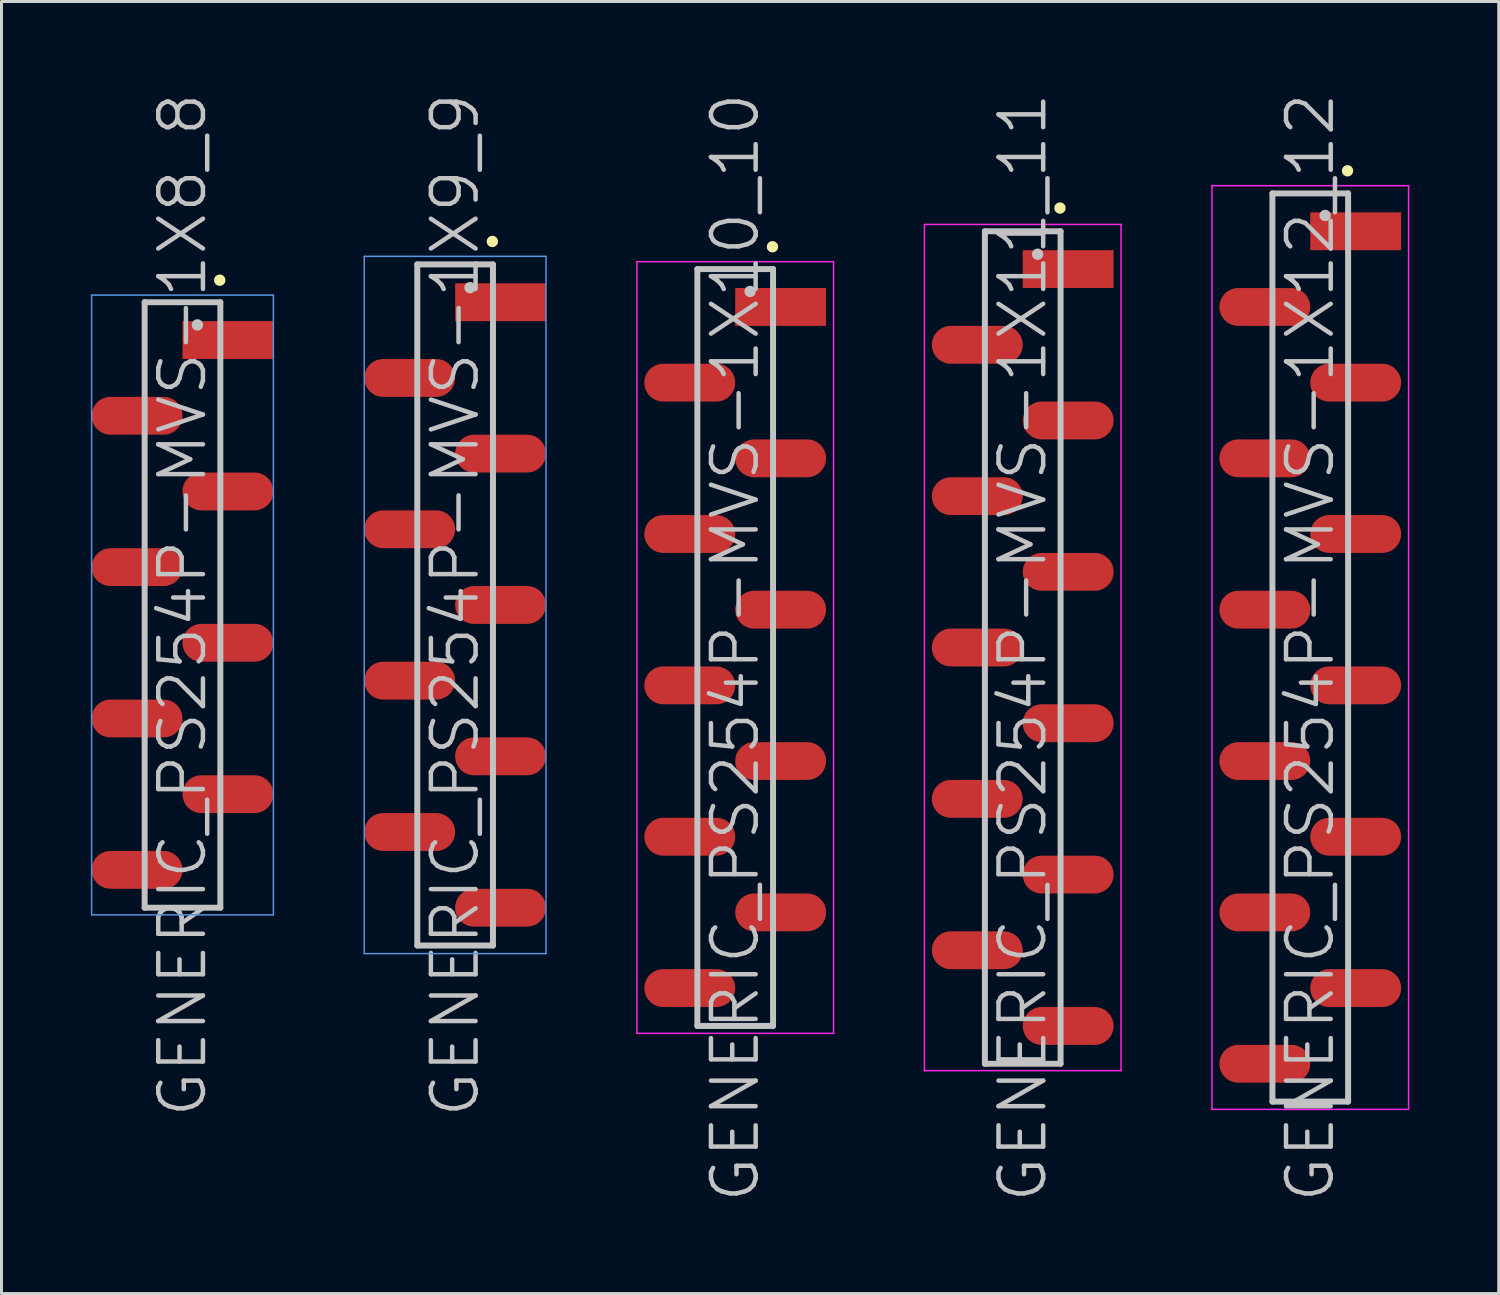
<source format=kicad_pcb>
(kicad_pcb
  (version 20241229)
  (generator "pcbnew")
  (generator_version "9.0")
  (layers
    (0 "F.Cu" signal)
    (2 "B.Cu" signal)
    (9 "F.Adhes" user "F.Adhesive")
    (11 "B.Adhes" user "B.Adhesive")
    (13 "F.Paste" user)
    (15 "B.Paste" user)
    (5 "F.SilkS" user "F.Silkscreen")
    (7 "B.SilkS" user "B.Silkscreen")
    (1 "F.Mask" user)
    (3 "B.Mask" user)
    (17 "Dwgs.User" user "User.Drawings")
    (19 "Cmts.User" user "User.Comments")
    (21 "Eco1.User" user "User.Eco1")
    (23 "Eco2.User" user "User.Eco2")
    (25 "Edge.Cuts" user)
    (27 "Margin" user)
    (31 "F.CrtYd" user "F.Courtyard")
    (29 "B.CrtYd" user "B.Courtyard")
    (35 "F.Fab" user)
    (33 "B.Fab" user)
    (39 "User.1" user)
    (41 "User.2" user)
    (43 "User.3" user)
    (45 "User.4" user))
  (footprint "GENERIC_PS254P-MVS-1X12_12"
    (layer "F.Cu")
    (at 40.925 18.682)
    (property "Reference" "GENERIC_PS254P-MVS-1X12_12" (at 0 0 90) (layer "Dwgs.User") (effects (font (size 1.5 1.5) (thickness 0.15))))
    (attr smd)
    (fp_line (start 1.25 -16) (end 1.25 -16) (stroke (width 0.381) (type solid)) (layer "F.SilkS"))
    (fp_line (start -1.27 -15.24) (end -1.27 15.24) (stroke (width 0.2) (type solid)) (layer "Dwgs.User"))
    (fp_line (start -1.27 -15.24) (end 1.27 -15.24) (stroke (width 0.2) (type solid)) (layer "Dwgs.User"))
    (fp_line (start -1.27 15.24) (end 1.27 15.24) (stroke (width 0.2) (type solid)) (layer "Dwgs.User"))
    (fp_line (start 0.5 -14.5) (end 0.5 -14.5) (stroke (width 0.381) (type solid)) (layer "Dwgs.User"))
    (fp_line (start 1.27 -15.24) (end 1.27 15.24) (stroke (width 0.2) (type solid)) (layer "Dwgs.User"))
    (fp_line (start -3.3 -15.5) (end -3.3 15.5) (stroke (width 0.05) (type solid)) (layer "F.CrtYd"))
    (fp_line (start -3.3 -15.5) (end 3.3 -15.5) (stroke (width 0.05) (type solid)) (layer "F.CrtYd"))
    (fp_line (start -3.3 15.5) (end 3.3 15.5) (stroke (width 0.05) (type solid)) (layer "F.CrtYd"))
    (fp_line (start 3.3 -15.5) (end 3.3 15.5) (stroke (width 0.05) (type solid)) (layer "F.CrtYd"))
    (pad "1" smd rect (at 1.525 -13.97 90) (size 1.27 3.05) (layers "F.Cu" "F.Mask" "F.Paste"))
    (pad "2" smd oval (at -1.525 -11.43 90) (size 1.27 3.05) (layers "F.Cu" "F.Mask" "F.Paste"))
    (pad "3" smd oval (at 1.525 -8.89 90) (size 1.27 3.05) (layers "F.Cu" "F.Mask" "F.Paste"))
    (pad "4" smd oval (at -1.525 -6.35 90) (size 1.27 3.05) (layers "F.Cu" "F.Mask" "F.Paste"))
    (pad "5" smd oval (at 1.525 -3.81 90) (size 1.27 3.05) (layers "F.Cu" "F.Mask" "F.Paste"))
    (pad "6" smd oval (at -1.525 -1.27 90) (size 1.27 3.05) (layers "F.Cu" "F.Mask" "F.Paste"))
    (pad "7" smd oval (at 1.525 1.27 90) (size 1.27 3.05) (layers "F.Cu" "F.Mask" "F.Paste"))
    (pad "8" smd oval (at -1.525 3.81 90) (size 1.27 3.05) (layers "F.Cu" "F.Mask" "F.Paste"))
    (pad "9" smd oval (at 1.525 6.35 90) (size 1.27 3.05) (layers "F.Cu" "F.Mask" "F.Paste"))
    (pad "10" smd oval (at -1.525 8.89 90) (size 1.27 3.05) (layers "F.Cu" "F.Mask" "F.Paste"))
    (pad "11" smd oval (at 1.525 11.43 90) (size 1.27 3.05) (layers "F.Cu" "F.Mask" "F.Paste"))
    (pad "12" smd oval (at -1.525 13.97 90) (size 1.27 3.05) (layers "F.Cu" "F.Mask" "F.Paste")))
  (footprint "GENERIC_PS254P-MVS-1X10_10"
    (layer "F.Cu")
    (at 21.625 18.682)
    (property "Reference" "GENERIC_PS254P-MVS-1X10_10" (at 0 0 90) (layer "Dwgs.User") (effects (font (size 1.5 1.5) (thickness 0.15))))
    (attr smd)
    (fp_line (start 1.25 -13.45) (end 1.25 -13.45) (stroke (width 0.381) (type solid)) (layer "F.SilkS"))
    (fp_line (start -1.27 -12.7) (end -1.27 12.7) (stroke (width 0.2) (type solid)) (layer "Dwgs.User"))
    (fp_line (start -1.27 -12.7) (end 1.27 -12.7) (stroke (width 0.2) (type solid)) (layer "Dwgs.User"))
    (fp_line (start -1.27 12.7) (end 1.27 12.7) (stroke (width 0.2) (type solid)) (layer "Dwgs.User"))
    (fp_line (start 0.5 -11.95) (end 0.5 -11.95) (stroke (width 0.381) (type solid)) (layer "Dwgs.User"))
    (fp_line (start 1.27 -12.7) (end 1.27 12.7) (stroke (width 0.2) (type solid)) (layer "Dwgs.User"))
    (fp_line (start -3.3 -12.95) (end -3.3 12.95) (stroke (width 0.05) (type solid)) (layer "F.CrtYd"))
    (fp_line (start -3.3 -12.95) (end 3.3 -12.95) (stroke (width 0.05) (type solid)) (layer "F.CrtYd"))
    (fp_line (start -3.3 12.95) (end 3.3 12.95) (stroke (width 0.05) (type solid)) (layer "F.CrtYd"))
    (fp_line (start 3.3 -12.95) (end 3.3 12.95) (stroke (width 0.05) (type solid)) (layer "F.CrtYd"))
    (pad "1" smd rect (at 1.525 -11.43 90) (size 1.27 3.05) (layers "F.Cu" "F.Mask" "F.Paste"))
    (pad "2" smd oval (at -1.525 -8.89 90) (size 1.27 3.05) (layers "F.Cu" "F.Mask" "F.Paste"))
    (pad "3" smd oval (at 1.525 -6.35 90) (size 1.27 3.05) (layers "F.Cu" "F.Mask" "F.Paste"))
    (pad "4" smd oval (at -1.525 -3.81 90) (size 1.27 3.05) (layers "F.Cu" "F.Mask" "F.Paste"))
    (pad "5" smd oval (at 1.525 -1.27 90) (size 1.27 3.05) (layers "F.Cu" "F.Mask" "F.Paste"))
    (pad "6" smd oval (at -1.525 1.27 90) (size 1.27 3.05) (layers "F.Cu" "F.Mask" "F.Paste"))
    (pad "7" smd oval (at 1.525 3.81 90) (size 1.27 3.05) (layers "F.Cu" "F.Mask" "F.Paste"))
    (pad "8" smd oval (at -1.525 6.35 90) (size 1.27 3.05) (layers "F.Cu" "F.Mask" "F.Paste"))
    (pad "9" smd oval (at 1.525 8.89 90) (size 1.27 3.05) (layers "F.Cu" "F.Mask" "F.Paste"))
    (pad "10" smd oval (at -1.525 11.43 90) (size 1.27 3.05) (layers "F.Cu" "F.Mask" "F.Paste")))
  (footprint "GENERIC_PS254P-MVS-1X11_11"
    (layer "F.Cu")
    (at 31.275 18.682)
    (property "Reference" "GENERIC_PS254P-MVS-1X11_11" (at 0 0 90) (layer "Dwgs.User") (effects (font (size 1.5 1.5) (thickness 0.15))))
    (attr smd)
    (fp_line (start 1.25 -14.75) (end 1.25 -14.75) (stroke (width 0.381) (type solid)) (layer "F.SilkS"))
    (fp_line (start -1.27 -13.97) (end -1.27 13.97) (stroke (width 0.2) (type solid)) (layer "Dwgs.User"))
    (fp_line (start -1.27 -13.97) (end 1.27 -13.97) (stroke (width 0.2) (type solid)) (layer "Dwgs.User"))
    (fp_line (start -1.27 13.97) (end 1.27 13.97) (stroke (width 0.2) (type solid)) (layer "Dwgs.User"))
    (fp_line (start 0.5 -13.2) (end 0.5 -13.2) (stroke (width 0.381) (type solid)) (layer "Dwgs.User"))
    (fp_line (start 1.27 -13.97) (end 1.27 13.97) (stroke (width 0.2) (type solid)) (layer "Dwgs.User"))
    (fp_line (start -3.3 -14.2) (end -3.3 14.2) (stroke (width 0.05) (type solid)) (layer "F.CrtYd"))
    (fp_line (start -3.3 -14.2) (end 3.3 -14.2) (stroke (width 0.05) (type solid)) (layer "F.CrtYd"))
    (fp_line (start -3.3 14.2) (end 3.3 14.2) (stroke (width 0.05) (type solid)) (layer "F.CrtYd"))
    (fp_line (start 3.3 -14.2) (end 3.3 14.2) (stroke (width 0.05) (type solid)) (layer "F.CrtYd"))
    (pad "1" smd rect (at 1.525 -12.7 90) (size 1.27 3.05) (layers "F.Cu" "F.Mask" "F.Paste"))
    (pad "2" smd oval (at -1.525 -10.16 90) (size 1.27 3.05) (layers "F.Cu" "F.Mask" "F.Paste"))
    (pad "3" smd oval (at 1.525 -7.62 90) (size 1.27 3.05) (layers "F.Cu" "F.Mask" "F.Paste"))
    (pad "4" smd oval (at -1.525 -5.08 90) (size 1.27 3.05) (layers "F.Cu" "F.Mask" "F.Paste"))
    (pad "5" smd oval (at 1.525 -2.54 90) (size 1.27 3.05) (layers "F.Cu" "F.Mask" "F.Paste"))
    (pad "6" smd oval (at -1.525 0 90) (size 1.27 3.05) (layers "F.Cu" "F.Mask" "F.Paste"))
    (pad "7" smd oval (at 1.525 2.54 90) (size 1.27 3.05) (layers "F.Cu" "F.Mask" "F.Paste"))
    (pad "8" smd oval (at -1.525 5.08 90) (size 1.27 3.05) (layers "F.Cu" "F.Mask" "F.Paste"))
    (pad "9" smd oval (at 1.525 7.62 90) (size 1.27 3.05) (layers "F.Cu" "F.Mask" "F.Paste"))
    (pad "10" smd oval (at -1.525 10.16 90) (size 1.27 3.05) (layers "F.Cu" "F.Mask" "F.Paste"))
    (pad "11" smd oval (at 1.525 12.7 90) (size 1.27 3.05) (layers "F.Cu" "F.Mask" "F.Paste")))
  (footprint "GENERIC_PS254P-MVS-1X8_8"
    (layer "F.Cu")
    (at 3.075 17.254)
    (property "Reference" "GENERIC_PS254P-MVS-1X8_8" (at 0 0 90) (layer "Dwgs.User") (effects (font (size 1.5 1.5) (thickness 0.15))))
    (attr smd)
    (fp_line (start 1.25 -10.9) (end 1.25 -10.9) (stroke (width 0.381) (type solid)) (layer "F.SilkS"))
    (fp_line (start -1.27 -10.16) (end -1.27 10.16) (stroke (width 0.2) (type solid)) (layer "Dwgs.User"))
    (fp_line (start -1.27 -10.16) (end 1.27 -10.16) (stroke (width 0.2) (type solid)) (layer "Dwgs.User"))
    (fp_line (start -1.27 10.16) (end 1.27 10.16) (stroke (width 0.2) (type solid)) (layer "Dwgs.User"))
    (fp_line (start 0.5 -9.4) (end 0.5 -9.4) (stroke (width 0.381) (type solid)) (layer "Dwgs.User"))
    (fp_line (start 1.27 -10.16) (end 1.27 10.16) (stroke (width 0.2) (type solid)) (layer "Dwgs.User"))
    (fp_line (start -3.05 -10.4) (end -3.05 10.4) (stroke (width 0.05) (type solid)) (layer "Cmts.User"))
    (fp_line (start -3.05 -10.4) (end 3.05 -10.4) (stroke (width 0.05) (type solid)) (layer "Cmts.User"))
    (fp_line (start -3.05 10.4) (end 3.05 10.4) (stroke (width 0.05) (type solid)) (layer "Cmts.User"))
    (fp_line (start 3.05 -10.4) (end 3.05 10.4) (stroke (width 0.05) (type solid)) (layer "Cmts.User"))
    (pad "1" smd rect (at 1.525 -8.89 90) (size 1.27 3.05) (layers "F.Cu" "F.Mask" "F.Paste"))
    (pad "2" smd oval (at -1.525 -6.35 90) (size 1.27 3.05) (layers "F.Cu" "F.Mask" "F.Paste"))
    (pad "3" smd oval (at 1.525 -3.81 90) (size 1.27 3.05) (layers "F.Cu" "F.Mask" "F.Paste"))
    (pad "4" smd oval (at -1.525 -1.27 90) (size 1.27 3.05) (layers "F.Cu" "F.Mask" "F.Paste"))
    (pad "5" smd oval (at 1.525 1.27 90) (size 1.27 3.05) (layers "F.Cu" "F.Mask" "F.Paste"))
    (pad "6" smd oval (at -1.525 3.81 90) (size 1.27 3.05) (layers "F.Cu" "F.Mask" "F.Paste"))
    (pad "7" smd oval (at 1.525 6.35 90) (size 1.27 3.05) (layers "F.Cu" "F.Mask" "F.Paste"))
    (pad "8" smd oval (at -1.525 8.89 90) (size 1.27 3.05) (layers "F.Cu" "F.Mask" "F.Paste")))
  (footprint "GENERIC_PS254P-MVS-1X9_9"
    (layer "F.Cu")
    (at 12.225 17.254)
    (property "Reference" "GENERIC_PS254P-MVS-1X9_9" (at 0 0 90) (layer "Dwgs.User") (effects (font (size 1.5 1.5) (thickness 0.15))))
    (attr smd)
    (fp_line (start 1.25 -12.2) (end 1.25 -12.2) (stroke (width 0.381) (type solid)) (layer "F.SilkS"))
    (fp_line (start -1.27 -11.43) (end -1.27 11.43) (stroke (width 0.2) (type solid)) (layer "Dwgs.User"))
    (fp_line (start -1.27 -11.43) (end 1.27 -11.43) (stroke (width 0.2) (type solid)) (layer "Dwgs.User"))
    (fp_line (start -1.27 11.43) (end 1.27 11.43) (stroke (width 0.2) (type solid)) (layer "Dwgs.User"))
    (fp_line (start 0.5 -10.65) (end 0.5 -10.65) (stroke (width 0.381) (type solid)) (layer "Dwgs.User"))
    (fp_line (start 1.27 -11.43) (end 1.27 11.43) (stroke (width 0.2) (type solid)) (layer "Dwgs.User"))
    (fp_line (start -3.05 -11.7) (end -3.05 11.7) (stroke (width 0.05) (type solid)) (layer "Cmts.User"))
    (fp_line (start -3.05 -11.7) (end 3.05 -11.7) (stroke (width 0.05) (type solid)) (layer "Cmts.User"))
    (fp_line (start -3.05 11.7) (end 3.05 11.7) (stroke (width 0.05) (type solid)) (layer "Cmts.User"))
    (fp_line (start 3.05 -11.7) (end 3.05 11.7) (stroke (width 0.05) (type solid)) (layer "Cmts.User"))
    (pad "1" smd rect (at 1.525 -10.16 90) (size 1.27 3.05) (layers "F.Cu" "F.Mask" "F.Paste"))
    (pad "2" smd oval (at -1.525 -7.62 90) (size 1.27 3.05) (layers "F.Cu" "F.Mask" "F.Paste"))
    (pad "3" smd oval (at 1.525 -5.08 90) (size 1.27 3.05) (layers "F.Cu" "F.Mask" "F.Paste"))
    (pad "4" smd oval (at -1.525 -2.54 90) (size 1.27 3.05) (layers "F.Cu" "F.Mask" "F.Paste"))
    (pad "5" smd oval (at 1.525 0 90) (size 1.27 3.05) (layers "F.Cu" "F.Mask" "F.Paste"))
    (pad "6" smd oval (at -1.525 2.54 90) (size 1.27 3.05) (layers "F.Cu" "F.Mask" "F.Paste"))
    (pad "7" smd oval (at 1.525 5.08 90) (size 1.27 3.05) (layers "F.Cu" "F.Mask" "F.Paste"))
    (pad "8" smd oval (at -1.525 7.62 90) (size 1.27 3.05) (layers "F.Cu" "F.Mask" "F.Paste"))
    (pad "9" smd oval (at 1.525 10.16 90) (size 1.27 3.05) (layers "F.Cu" "F.Mask" "F.Paste")))
  (gr_rect
    (start -3 -3)
    (end 47.25 40.364)
    (stroke (width 0.1) (type default))
    (fill no)
    (layer "Edge.Cuts")))
</source>
